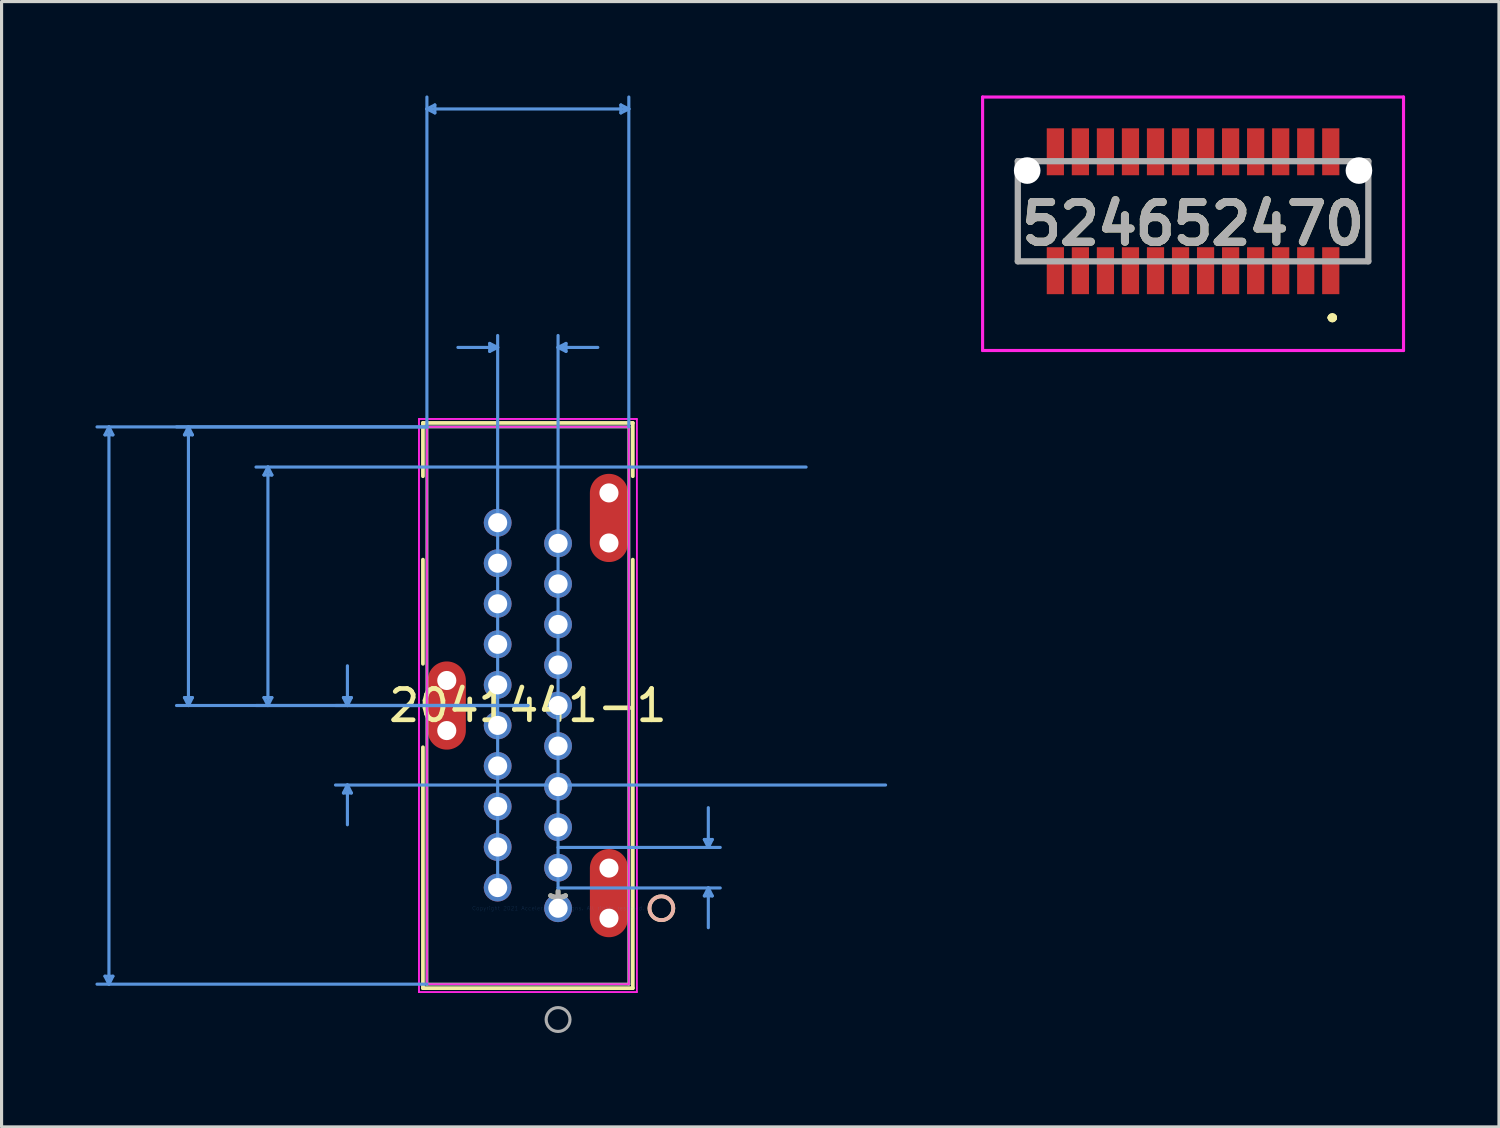
<source format=kicad_pcb>
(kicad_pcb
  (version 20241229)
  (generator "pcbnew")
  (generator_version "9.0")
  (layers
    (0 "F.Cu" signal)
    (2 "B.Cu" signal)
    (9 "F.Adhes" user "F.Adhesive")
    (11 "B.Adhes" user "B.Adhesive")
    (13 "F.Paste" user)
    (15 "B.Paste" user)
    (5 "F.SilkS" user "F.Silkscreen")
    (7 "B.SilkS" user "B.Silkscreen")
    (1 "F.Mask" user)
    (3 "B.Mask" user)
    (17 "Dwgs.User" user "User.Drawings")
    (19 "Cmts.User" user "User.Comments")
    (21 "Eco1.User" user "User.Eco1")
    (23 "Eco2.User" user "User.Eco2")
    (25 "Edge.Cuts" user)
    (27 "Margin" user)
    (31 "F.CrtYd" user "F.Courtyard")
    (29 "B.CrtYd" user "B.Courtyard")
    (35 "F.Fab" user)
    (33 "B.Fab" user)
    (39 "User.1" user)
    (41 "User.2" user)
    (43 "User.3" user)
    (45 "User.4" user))
  (footprint "524652470"
    (layer "F.Cu")
    (at 35.072 3.7)
    (property "Reference" "524652470" (at 0 0.4 0) (layer "F.SilkS") (effects (font (size 1.27 1.27) (thickness 0.254))))
    (attr through_hole)
    (fp_line (start -5.6 -0.25) (end -5.6 -0.25) (stroke (width 0.1) (type solid)) (layer "F.SilkS"))
    (fp_line (start -5.6 -0.25) (end -5.6 1.6) (stroke (width 0.1) (type solid)) (layer "F.SilkS"))
    (fp_line (start -5.6 1.6) (end -5.6 -0.25) (stroke (width 0.1) (type solid)) (layer "F.SilkS"))
    (fp_line (start -5.6 1.6) (end -5.6 1.6) (stroke (width 0.1) (type solid)) (layer "F.SilkS"))
    (fp_line (start -5.6 1.6) (end -5.6 1.6) (stroke (width 0.1) (type solid)) (layer "F.SilkS"))
    (fp_line (start -5.6 1.6) (end -5.25 1.6) (stroke (width 0.1) (type solid)) (layer "F.SilkS"))
    (fp_line (start -5.25 1.6) (end -5.6 1.6) (stroke (width 0.1) (type solid)) (layer "F.SilkS"))
    (fp_line (start -5.25 1.6) (end -5.25 1.6) (stroke (width 0.1) (type solid)) (layer "F.SilkS"))
    (fp_line (start 4.4 3.4) (end 4.4 3.4) (stroke (width 0.2) (type solid)) (layer "F.SilkS"))
    (fp_line (start 4.4 3.4) (end 4.4 3.4) (stroke (width 0.2) (type solid)) (layer "F.SilkS"))
    (fp_line (start 4.5 3.4) (end 4.5 3.4) (stroke (width 0.2) (type solid)) (layer "F.SilkS"))
    (fp_line (start 5.25 1.6) (end 5.25 1.6) (stroke (width 0.1) (type solid)) (layer "F.SilkS"))
    (fp_line (start 5.25 1.6) (end 5.6 1.6) (stroke (width 0.1) (type solid)) (layer "F.SilkS"))
    (fp_line (start 5.6 -0.25) (end 5.6 -0.25) (stroke (width 0.1) (type solid)) (layer "F.SilkS"))
    (fp_line (start 5.6 -0.25) (end 5.6 1.6) (stroke (width 0.1) (type solid)) (layer "F.SilkS"))
    (fp_line (start 5.6 1.6) (end 5.25 1.6) (stroke (width 0.1) (type solid)) (layer "F.SilkS"))
    (fp_line (start 5.6 1.6) (end 5.6 -0.25) (stroke (width 0.1) (type solid)) (layer "F.SilkS"))
    (fp_line (start 5.6 1.6) (end 5.6 1.6) (stroke (width 0.1) (type solid)) (layer "F.SilkS"))
    (fp_line (start 5.6 1.6) (end 5.6 1.6) (stroke (width 0.1) (type solid)) (layer "F.SilkS"))
    (fp_arc (start 4.4 3.4) (mid 4.45 3.35) (end 4.5 3.4) (stroke (width 0.2) (type solid)) (layer "F.SilkS"))
    (fp_arc (start 4.5 3.4) (mid 4.45 3.45) (end 4.4 3.4) (stroke (width 0.2) (type solid)) (layer "F.SilkS"))
    (fp_arc (start 4.5 3.4) (mid 4.45 3.45) (end 4.4 3.4) (stroke (width 0.2) (type solid)) (layer "F.SilkS"))
    (fp_line (start -6.725 -3.65) (end 6.725 -3.65) (stroke (width 0.1) (type solid)) (layer "F.CrtYd"))
    (fp_line (start -6.725 4.45) (end -6.725 -3.65) (stroke (width 0.1) (type solid)) (layer "F.CrtYd"))
    (fp_line (start 6.725 -3.65) (end 6.725 4.45) (stroke (width 0.1) (type solid)) (layer "F.CrtYd"))
    (fp_line (start 6.725 4.45) (end -6.725 4.45) (stroke (width 0.1) (type solid)) (layer "F.CrtYd"))
    (fp_line (start -5.6 -1.6) (end -5.6 1.6) (stroke (width 0.2) (type solid)) (layer "F.Fab"))
    (fp_line (start -5.6 1.6) (end 5.6 1.6) (stroke (width 0.2) (type solid)) (layer "F.Fab"))
    (fp_line (start 5.6 -1.6) (end -5.6 -1.6) (stroke (width 0.2) (type solid)) (layer "F.Fab"))
    (fp_line (start 5.6 1.6) (end 5.6 -1.6) (stroke (width 0.2) (type solid)) (layer "F.Fab"))
    (fp_text user "${REFERENCE}" (at 0 0.4 0) (layer "F.Fab") (effects (font (size 1.27 1.27) (thickness 0.254))))
    (pad "" np_thru_hole circle (at -5.3 -1.3) (size 0.85 0.85) (drill 0.85) (layers "*.Cu" "*.Mask"))
    (pad "" np_thru_hole circle (at 5.3 -1.3) (size 0.85 0.85) (drill 0.85) (layers "*.Cu" "*.Mask"))
    (pad "1" smd rect (at 4.4 1.9) (size 0.55 1.5) (layers "F.Cu" "F.Mask" "F.Paste"))
    (pad "2" smd rect (at 4.4 -1.9) (size 0.55 1.5) (layers "F.Cu" "F.Mask" "F.Paste"))
    (pad "3" smd rect (at 3.6 1.9) (size 0.55 1.5) (layers "F.Cu" "F.Mask" "F.Paste"))
    (pad "4" smd rect (at 3.6 -1.9) (size 0.55 1.5) (layers "F.Cu" "F.Mask" "F.Paste"))
    (pad "5" smd rect (at 2.8 1.9) (size 0.55 1.5) (layers "F.Cu" "F.Mask" "F.Paste"))
    (pad "6" smd rect (at 2.8 -1.9) (size 0.55 1.5) (layers "F.Cu" "F.Mask" "F.Paste"))
    (pad "7" smd rect (at 2 1.9) (size 0.55 1.5) (layers "F.Cu" "F.Mask" "F.Paste"))
    (pad "8" smd rect (at 2 -1.9) (size 0.55 1.5) (layers "F.Cu" "F.Mask" "F.Paste"))
    (pad "9" smd rect (at 1.2 1.9) (size 0.55 1.5) (layers "F.Cu" "F.Mask" "F.Paste"))
    (pad "10" smd rect (at 1.2 -1.9) (size 0.55 1.5) (layers "F.Cu" "F.Mask" "F.Paste"))
    (pad "11" smd rect (at 0.4 1.9) (size 0.55 1.5) (layers "F.Cu" "F.Mask" "F.Paste"))
    (pad "12" smd rect (at 0.4 -1.9) (size 0.55 1.5) (layers "F.Cu" "F.Mask" "F.Paste"))
    (pad "13" smd rect (at -0.4 1.9) (size 0.55 1.5) (layers "F.Cu" "F.Mask" "F.Paste"))
    (pad "14" smd rect (at -0.4 -1.9) (size 0.55 1.5) (layers "F.Cu" "F.Mask" "F.Paste"))
    (pad "15" smd rect (at -1.2 1.9) (size 0.55 1.5) (layers "F.Cu" "F.Mask" "F.Paste"))
    (pad "16" smd rect (at -1.2 -1.9) (size 0.55 1.5) (layers "F.Cu" "F.Mask" "F.Paste"))
    (pad "17" smd rect (at -2 1.9) (size 0.55 1.5) (layers "F.Cu" "F.Mask" "F.Paste"))
    (pad "18" smd rect (at -2 -1.9) (size 0.55 1.5) (layers "F.Cu" "F.Mask" "F.Paste"))
    (pad "19" smd rect (at -2.8 1.9) (size 0.55 1.5) (layers "F.Cu" "F.Mask" "F.Paste"))
    (pad "20" smd rect (at -2.8 -1.9) (size 0.55 1.5) (layers "F.Cu" "F.Mask" "F.Paste"))
    (pad "21" smd rect (at -3.6 1.9) (size 0.55 1.5) (layers "F.Cu" "F.Mask" "F.Paste"))
    (pad "22" smd rect (at -3.6 -1.9) (size 0.55 1.5) (layers "F.Cu" "F.Mask" "F.Paste"))
    (pad "23" smd rect (at -4.4 1.9) (size 0.55 1.5) (layers "F.Cu" "F.Mask" "F.Paste"))
    (pad "24" smd rect (at -4.4 -1.9) (size 0.55 1.5) (layers "F.Cu" "F.Mask" "F.Paste")))
  (footprint "2041441-1"
    (layer "F.Cu")
    (at 14.782 25.971)
    (property "Reference" "2041441-1" (at -0.965 -6.477 0) (layer "F.SilkS") (effects (font (size 1 1) (thickness 0.15))))
    (attr through_hole)
    (fp_line (start -4.318 -15.507) (end -4.318 -13.804) (stroke (width 0.12) (type solid)) (layer "F.SilkS"))
    (fp_line (start -4.318 -11.139) (end -4.318 -7.81) (stroke (width 0.12) (type solid)) (layer "F.SilkS"))
    (fp_line (start -4.318 -5.144) (end -4.318 2.553) (stroke (width 0.12) (type solid)) (layer "F.SilkS"))
    (fp_line (start -4.318 2.553) (end 2.388 2.553) (stroke (width 0.12) (type solid)) (layer "F.SilkS"))
    (fp_line (start 2.388 -15.507) (end -4.318 -15.507) (stroke (width 0.12) (type solid)) (layer "F.SilkS"))
    (fp_line (start 2.388 -13.804) (end 2.388 -15.507) (stroke (width 0.12) (type solid)) (layer "F.SilkS"))
    (fp_line (start 2.388 2.553) (end 2.388 -11.139) (stroke (width 0.12) (type solid)) (layer "F.SilkS"))
    (fp_circle (center 3.302 0) (end 3.683 0) (stroke (width 0.12) (type solid)) (fill no) (layer "F.SilkS"))
    (fp_circle (center 3.302 0) (end 3.683 0) (stroke (width 0.12) (type solid)) (fill no) (layer "B.SilkS"))
    (fp_line (start -14.478 -15.126) (end -14.224 -15.126) (stroke (width 0.1) (type solid)) (layer "Cmts.User"))
    (fp_line (start -14.478 2.172) (end -14.224 2.172) (stroke (width 0.1) (type solid)) (layer "Cmts.User"))
    (fp_line (start -14.351 -15.38) (end -14.478 -15.126) (stroke (width 0.1) (type solid)) (layer "Cmts.User"))
    (fp_line (start -14.351 -15.38) (end -14.351 2.426) (stroke (width 0.1) (type solid)) (layer "Cmts.User"))
    (fp_line (start -14.351 -15.38) (end -14.224 -15.126) (stroke (width 0.1) (type solid)) (layer "Cmts.User"))
    (fp_line (start -14.351 2.426) (end -14.478 2.172) (stroke (width 0.1) (type solid)) (layer "Cmts.User"))
    (fp_line (start -14.351 2.426) (end -14.224 2.172) (stroke (width 0.1) (type solid)) (layer "Cmts.User"))
    (fp_line (start -11.938 -15.126) (end -11.684 -15.126) (stroke (width 0.1) (type solid)) (layer "Cmts.User"))
    (fp_line (start -11.938 -6.731) (end -11.684 -6.731) (stroke (width 0.1) (type solid)) (layer "Cmts.User"))
    (fp_line (start -11.811 -15.38) (end -11.938 -15.126) (stroke (width 0.1) (type solid)) (layer "Cmts.User"))
    (fp_line (start -11.811 -15.38) (end -11.811 -6.477) (stroke (width 0.1) (type solid)) (layer "Cmts.User"))
    (fp_line (start -11.811 -15.38) (end -11.684 -15.126) (stroke (width 0.1) (type solid)) (layer "Cmts.User"))
    (fp_line (start -11.811 -6.477) (end -11.938 -6.731) (stroke (width 0.1) (type solid)) (layer "Cmts.User"))
    (fp_line (start -11.811 -6.477) (end -11.684 -6.731) (stroke (width 0.1) (type solid)) (layer "Cmts.User"))
    (fp_line (start -9.398 -13.843) (end -9.144 -13.843) (stroke (width 0.1) (type solid)) (layer "Cmts.User"))
    (fp_line (start -9.398 -6.731) (end -9.144 -6.731) (stroke (width 0.1) (type solid)) (layer "Cmts.User"))
    (fp_line (start -9.271 -14.097) (end -9.398 -13.843) (stroke (width 0.1) (type solid)) (layer "Cmts.User"))
    (fp_line (start -9.271 -14.097) (end -9.271 -6.477) (stroke (width 0.1) (type solid)) (layer "Cmts.User"))
    (fp_line (start -9.271 -14.097) (end -9.144 -13.843) (stroke (width 0.1) (type solid)) (layer "Cmts.User"))
    (fp_line (start -9.271 -6.477) (end -9.398 -6.731) (stroke (width 0.1) (type solid)) (layer "Cmts.User"))
    (fp_line (start -9.271 -6.477) (end -9.144 -6.731) (stroke (width 0.1) (type solid)) (layer "Cmts.User"))
    (fp_line (start -6.858 -6.731) (end -6.604 -6.731) (stroke (width 0.1) (type solid)) (layer "Cmts.User"))
    (fp_line (start -6.858 -3.683) (end -6.604 -3.683) (stroke (width 0.1) (type solid)) (layer "Cmts.User"))
    (fp_line (start -6.731 -6.477) (end -6.858 -6.731) (stroke (width 0.1) (type solid)) (layer "Cmts.User"))
    (fp_line (start -6.731 -6.477) (end -6.731 -7.747) (stroke (width 0.1) (type solid)) (layer "Cmts.User"))
    (fp_line (start -6.731 -6.477) (end -6.604 -6.731) (stroke (width 0.1) (type solid)) (layer "Cmts.User"))
    (fp_line (start -6.731 -3.937) (end -6.858 -3.683) (stroke (width 0.1) (type solid)) (layer "Cmts.User"))
    (fp_line (start -6.731 -3.937) (end -6.731 -2.667) (stroke (width 0.1) (type solid)) (layer "Cmts.User"))
    (fp_line (start -6.731 -3.937) (end -6.604 -3.683) (stroke (width 0.1) (type solid)) (layer "Cmts.User"))
    (fp_line (start -4.191 -25.54) (end -3.937 -25.667) (stroke (width 0.1) (type solid)) (layer "Cmts.User"))
    (fp_line (start -4.191 -25.54) (end -3.937 -25.413) (stroke (width 0.1) (type solid)) (layer "Cmts.User"))
    (fp_line (start -4.191 -25.54) (end 2.261 -25.54) (stroke (width 0.1) (type solid)) (layer "Cmts.User"))
    (fp_line (start -4.191 -15.38) (end -14.732 -15.38) (stroke (width 0.1) (type solid)) (layer "Cmts.User"))
    (fp_line (start -4.191 -15.38) (end -12.192 -15.38) (stroke (width 0.1) (type solid)) (layer "Cmts.User"))
    (fp_line (start -4.191 -15.38) (end -4.191 -25.921) (stroke (width 0.1) (type solid)) (layer "Cmts.User"))
    (fp_line (start -4.191 2.426) (end -14.732 2.426) (stroke (width 0.1) (type solid)) (layer "Cmts.User"))
    (fp_line (start -3.937 -25.667) (end -3.937 -25.413) (stroke (width 0.1) (type solid)) (layer "Cmts.User"))
    (fp_line (start -2.184 -18.047) (end -2.184 -17.793) (stroke (width 0.1) (type solid)) (layer "Cmts.User"))
    (fp_line (start -1.93 -17.92) (end -3.2 -17.92) (stroke (width 0.1) (type solid)) (layer "Cmts.User"))
    (fp_line (start -1.93 -17.92) (end -2.184 -18.047) (stroke (width 0.1) (type solid)) (layer "Cmts.User"))
    (fp_line (start -1.93 -17.92) (end -2.184 -17.793) (stroke (width 0.1) (type solid)) (layer "Cmts.User"))
    (fp_line (start -1.93 -0.648) (end -1.93 -18.301) (stroke (width 0.1) (type solid)) (layer "Cmts.User"))
    (fp_line (start -0.965 -6.477) (end -12.192 -6.477) (stroke (width 0.1) (type solid)) (layer "Cmts.User"))
    (fp_line (start -0.965 -6.477) (end -9.652 -6.477) (stroke (width 0.1) (type solid)) (layer "Cmts.User"))
    (fp_line (start -0.965 -6.477) (end -7.112 -6.477) (stroke (width 0.1) (type solid)) (layer "Cmts.User"))
    (fp_line (start 0 -17.92) (end 0.254 -18.047) (stroke (width 0.1) (type solid)) (layer "Cmts.User"))
    (fp_line (start 0 -17.92) (end 0.254 -17.793) (stroke (width 0.1) (type solid)) (layer "Cmts.User"))
    (fp_line (start 0 -17.92) (end 1.27 -17.92) (stroke (width 0.1) (type solid)) (layer "Cmts.User"))
    (fp_line (start 0 -1.943) (end 5.182 -1.943) (stroke (width 0.1) (type solid)) (layer "Cmts.User"))
    (fp_line (start 0 -0.648) (end 0 -18.301) (stroke (width 0.1) (type solid)) (layer "Cmts.User"))
    (fp_line (start 0 -0.648) (end 5.182 -0.648) (stroke (width 0.1) (type solid)) (layer "Cmts.User"))
    (fp_line (start 0.254 -18.047) (end 0.254 -17.793) (stroke (width 0.1) (type solid)) (layer "Cmts.User"))
    (fp_line (start 2.007 -25.667) (end 2.007 -25.413) (stroke (width 0.1) (type solid)) (layer "Cmts.User"))
    (fp_line (start 2.261 -25.54) (end 2.007 -25.667) (stroke (width 0.1) (type solid)) (layer "Cmts.User"))
    (fp_line (start 2.261 -25.54) (end 2.007 -25.413) (stroke (width 0.1) (type solid)) (layer "Cmts.User"))
    (fp_line (start 2.261 -15.38) (end 2.261 -25.921) (stroke (width 0.1) (type solid)) (layer "Cmts.User"))
    (fp_line (start 4.674 -2.197) (end 4.928 -2.197) (stroke (width 0.1) (type solid)) (layer "Cmts.User"))
    (fp_line (start 4.674 -0.394) (end 4.928 -0.394) (stroke (width 0.1) (type solid)) (layer "Cmts.User"))
    (fp_line (start 4.801 -1.943) (end 4.674 -2.197) (stroke (width 0.1) (type solid)) (layer "Cmts.User"))
    (fp_line (start 4.801 -1.943) (end 4.801 -3.213) (stroke (width 0.1) (type solid)) (layer "Cmts.User"))
    (fp_line (start 4.801 -1.943) (end 4.928 -2.197) (stroke (width 0.1) (type solid)) (layer "Cmts.User"))
    (fp_line (start 4.801 -0.648) (end 4.674 -0.394) (stroke (width 0.1) (type solid)) (layer "Cmts.User"))
    (fp_line (start 4.801 -0.648) (end 4.801 0.622) (stroke (width 0.1) (type solid)) (layer "Cmts.User"))
    (fp_line (start 4.801 -0.648) (end 4.928 -0.394) (stroke (width 0.1) (type solid)) (layer "Cmts.User"))
    (fp_line (start 7.925 -14.097) (end -9.652 -14.097) (stroke (width 0.1) (type solid)) (layer "Cmts.User"))
    (fp_line (start 10.465 -3.937) (end -7.112 -3.937) (stroke (width 0.1) (type solid)) (layer "Cmts.User"))
    (fp_line (start -4.445 -15.634) (end -4.445 2.68) (stroke (width 0.05) (type solid)) (layer "F.CrtYd"))
    (fp_line (start -4.445 -15.634) (end -4.445 2.68) (stroke (width 0.05) (type solid)) (layer "F.CrtYd"))
    (fp_line (start -4.445 2.68) (end 2.515 2.68) (stroke (width 0.05) (type solid)) (layer "F.CrtYd"))
    (fp_line (start -4.445 2.68) (end 2.515 2.68) (stroke (width 0.05) (type solid)) (layer "F.CrtYd"))
    (fp_line (start -4.191 -15.38) (end -4.191 2.426) (stroke (width 0.05) (type solid)) (layer "F.CrtYd"))
    (fp_line (start -4.191 2.426) (end 2.261 2.426) (stroke (width 0.05) (type solid)) (layer "F.CrtYd"))
    (fp_line (start 2.261 -15.38) (end -4.191 -15.38) (stroke (width 0.05) (type solid)) (layer "F.CrtYd"))
    (fp_line (start 2.261 2.426) (end 2.261 -15.38) (stroke (width 0.05) (type solid)) (layer "F.CrtYd"))
    (fp_line (start 2.515 -15.634) (end -4.445 -15.634) (stroke (width 0.05) (type solid)) (layer "F.CrtYd"))
    (fp_line (start 2.515 -15.634) (end -4.445 -15.634) (stroke (width 0.05) (type solid)) (layer "F.CrtYd"))
    (fp_line (start 2.515 2.68) (end 2.515 -15.634) (stroke (width 0.05) (type solid)) (layer "F.CrtYd"))
    (fp_line (start 2.515 2.68) (end 2.515 -15.634) (stroke (width 0.05) (type solid)) (layer "F.CrtYd"))
    (fp_line (start -4.191 -15.38) (end -4.191 2.426) (stroke (width 0.1) (type solid)) (layer "F.Fab"))
    (fp_line (start -4.191 2.426) (end 2.261 2.426) (stroke (width 0.1) (type solid)) (layer "F.Fab"))
    (fp_line (start 2.261 -15.38) (end -4.191 -15.38) (stroke (width 0.1) (type solid)) (layer "F.Fab"))
    (fp_line (start 2.261 2.426) (end 2.261 -15.38) (stroke (width 0.1) (type solid)) (layer "F.Fab"))
    (fp_circle (center 0 3.556) (end 0.381 3.556) (stroke (width 0.1) (type solid)) (fill no) (layer "F.Fab"))
    (fp_text user "*" (at 0 0 0) (layer "F.SilkS") (effects (font (size 1 1) (thickness 0.15))))
    (fp_text user "Copyright 2021 Accelerated Designs. All rights reserved." (at 0 0 0) (layer "Cmts.User") (effects (font (size 0.127 0.127) (thickness 0.002))))
    (fp_text user "*" (at 0 0 0) (layer "F.Fab") (effects (font (size 1 1) (thickness 0.15))))
    (pad "" np_thru_hole circle (at -3.556 -7.277) (size 0.61 0.61) (drill 0.61) (layers "*.Cu" "*.Mask"))
    (pad "" np_thru_hole circle (at -3.556 -5.677) (size 0.61 0.61) (drill 0.61) (layers "*.Cu" "*.Mask"))
    (pad "" np_thru_hole circle (at 1.626 -13.271) (size 0.61 0.61) (drill 0.61) (layers "*.Cu" "*.Mask"))
    (pad "" np_thru_hole circle (at 1.626 -11.671) (size 0.61 0.61) (drill 0.61) (layers "*.Cu" "*.Mask"))
    (pad "" np_thru_hole circle (at 1.626 -1.283) (size 0.61 0.61) (drill 0.61) (layers "*.Cu" "*.Mask"))
    (pad "" np_thru_hole circle (at 1.626 0.318) (size 0.61 0.61) (drill 0.61) (layers "*.Cu" "*.Mask"))
    (pad "1" thru_hole circle (at 0 0) (size 0.889 0.889) (drill 0.61) (layers "*.Cu" "*.Mask"))
    (pad "2" thru_hole circle (at -1.93 -0.66) (size 0.889 0.889) (drill 0.61) (layers "*.Cu" "*.Mask"))
    (pad "3" thru_hole circle (at 0 -1.295) (size 0.889 0.889) (drill 0.61) (layers "*.Cu" "*.Mask"))
    (pad "4" thru_hole circle (at -1.93 -1.956) (size 0.889 0.889) (drill 0.61) (layers "*.Cu" "*.Mask"))
    (pad "5" thru_hole circle (at 0 -2.591) (size 0.889 0.889) (drill 0.61) (layers "*.Cu" "*.Mask"))
    (pad "6" thru_hole circle (at -1.93 -3.251) (size 0.889 0.889) (drill 0.61) (layers "*.Cu" "*.Mask"))
    (pad "7" thru_hole circle (at 0 -3.886) (size 0.889 0.889) (drill 0.61) (layers "*.Cu" "*.Mask"))
    (pad "8" thru_hole circle (at -1.93 -4.547) (size 0.889 0.889) (drill 0.61) (layers "*.Cu" "*.Mask"))
    (pad "9" thru_hole circle (at 0 -5.182) (size 0.889 0.889) (drill 0.61) (layers "*.Cu" "*.Mask"))
    (pad "10" thru_hole circle (at -1.93 -5.842) (size 0.889 0.889) (drill 0.61) (layers "*.Cu" "*.Mask"))
    (pad "11" thru_hole circle (at 0 -6.477) (size 0.889 0.889) (drill 0.61) (layers "*.Cu" "*.Mask"))
    (pad "12" thru_hole circle (at -1.93 -7.137) (size 0.889 0.889) (drill 0.61) (layers "*.Cu" "*.Mask"))
    (pad "13" thru_hole circle (at 0 -7.772) (size 0.889 0.889) (drill 0.61) (layers "*.Cu" "*.Mask"))
    (pad "14" thru_hole circle (at -1.93 -8.433) (size 0.889 0.889) (drill 0.61) (layers "*.Cu" "*.Mask"))
    (pad "15" thru_hole circle (at 0 -9.068) (size 0.889 0.889) (drill 0.61) (layers "*.Cu" "*.Mask"))
    (pad "16" thru_hole circle (at -1.93 -9.728) (size 0.889 0.889) (drill 0.61) (layers "*.Cu" "*.Mask"))
    (pad "17" thru_hole circle (at 0 -10.363) (size 0.889 0.889) (drill 0.61) (layers "*.Cu" "*.Mask"))
    (pad "18" thru_hole circle (at -1.93 -11.024) (size 0.889 0.889) (drill 0.61) (layers "*.Cu" "*.Mask"))
    (pad "19" thru_hole circle (at 0 -11.659) (size 0.889 0.889) (drill 0.61) (layers "*.Cu" "*.Mask"))
    (pad "20" thru_hole circle (at -1.93 -12.319) (size 0.889 0.889) (drill 0.61) (layers "*.Cu" "*.Mask"))
    (pad "21" smd oval (at 1.626 -12.471 90) (size 2.819 1.219) (layers "F.Cu" "F.Mask" "F.Paste"))
    (pad "22" smd oval (at -3.556 -6.477 90) (size 2.819 1.219) (layers "F.Cu" "F.Mask" "F.Paste"))
    (pad "23" smd oval (at 1.626 -0.483 90) (size 2.819 1.219) (layers "F.Cu" "F.Mask" "F.Paste")))
  (gr_rect
    (start -3 -3)
    (end 44.847 32.958)
    (stroke (width 0.1) (type default))
    (fill no)
    (layer "Edge.Cuts")))
</source>
